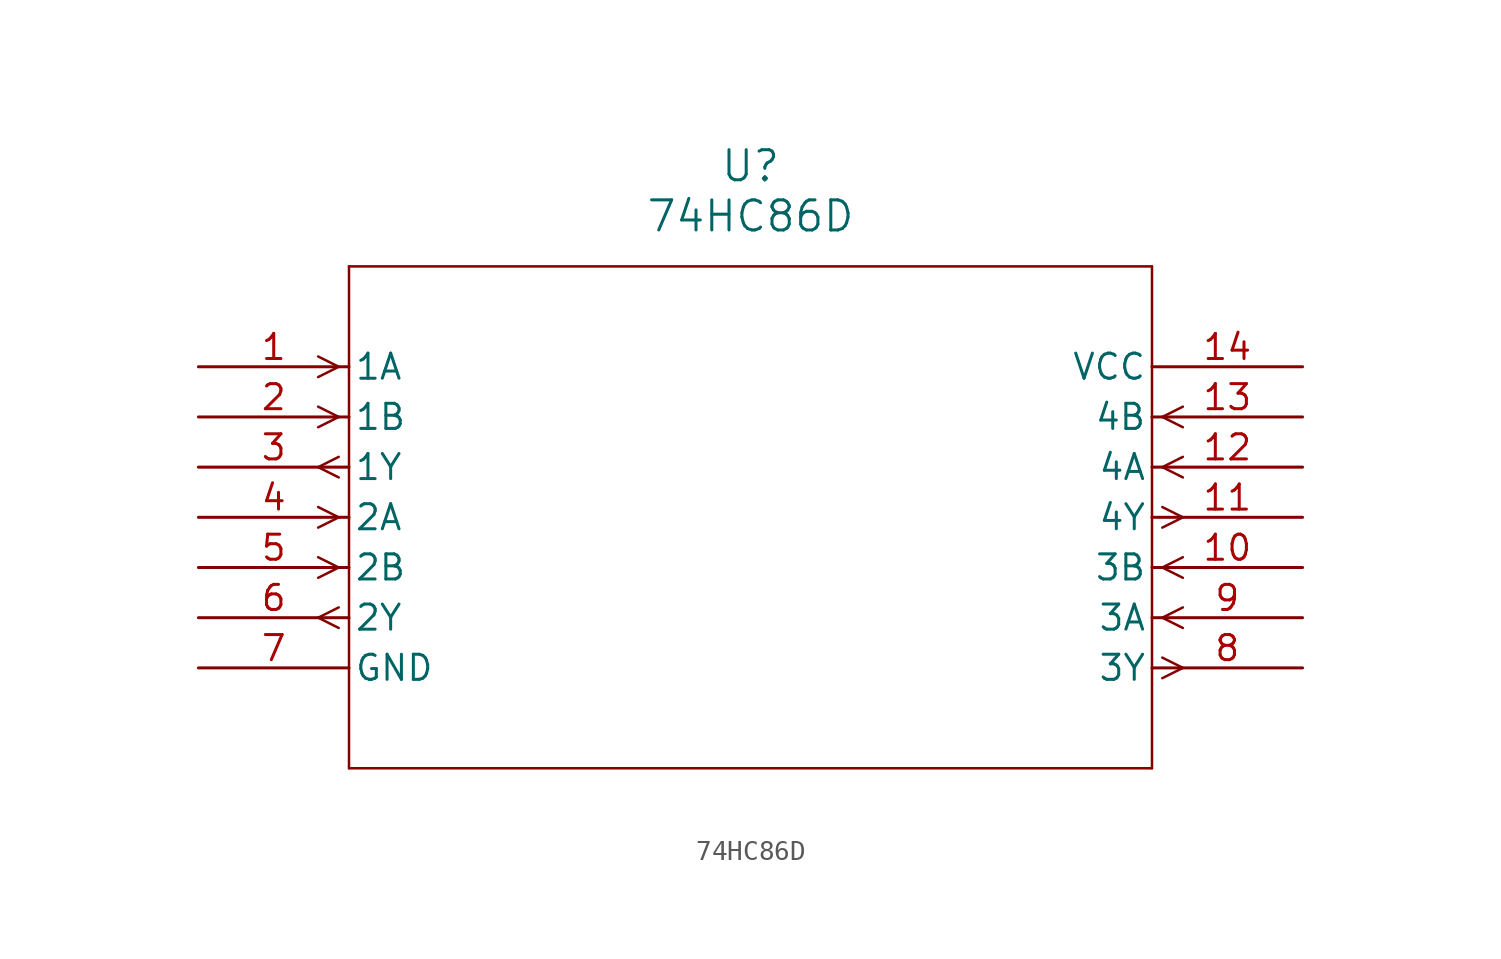
<source format=kicad_sym>
(kicad_symbol_lib
  (version 20211014)
  (generator kicad_symbol_editor)
  (symbol "74HC86D"
    (pin_names
      (offset 0.254))
    (property "Reference" "U"
      (at 27.94 10.16 0)
      (effects (font (size 1.524 1.524))))
    (property "Value" "74HC86D"
      (at 27.94 7.62 0)
      (effects (font (size 1.524 1.524))))
    (symbol "74HC86D_0_1"
      (polyline (pts (xy 7.099 0) (xy 6.058 0.521)) (stroke (width 0.127) (type default) (color 0 0 0 0)) (fill (type none)))
      (polyline (pts (xy 7.099 0) (xy 6.058 -0.521)) (stroke (width 0.127) (type default) (color 0 0 0 0)) (fill (type none)))
      (polyline (pts (xy 7.099 -2.54) (xy 6.058 -2.019)) (stroke (width 0.127) (type default) (color 0 0 0 0)) (fill (type none)))
      (polyline (pts (xy 7.099 -2.54) (xy 6.058 -3.061)) (stroke (width 0.127) (type default) (color 0 0 0 0)) (fill (type none)))
      (polyline (pts (xy 7.099 -4.559) (xy 6.058 -5.08)) (stroke (width 0.127) (type default) (color 0 0 0 0)) (fill (type none)))
      (polyline (pts (xy 7.099 -5.601) (xy 6.058 -5.08)) (stroke (width 0.127) (type default) (color 0 0 0 0)) (fill (type none)))
      (polyline (pts (xy 7.099 -7.62) (xy 6.058 -7.099)) (stroke (width 0.127) (type default) (color 0 0 0 0)) (fill (type none)))
      (polyline (pts (xy 7.099 -7.62) (xy 6.058 -8.141)) (stroke (width 0.127) (type default) (color 0 0 0 0)) (fill (type none)))
      (polyline (pts (xy 7.099 -10.16) (xy 6.058 -9.639)) (stroke (width 0.127) (type default) (color 0 0 0 0)) (fill (type none)))
      (polyline (pts (xy 7.099 -10.16) (xy 6.058 -10.681)) (stroke (width 0.127) (type default) (color 0 0 0 0)) (fill (type none)))
      (polyline (pts (xy 7.099 -12.179) (xy 6.058 -12.7)) (stroke (width 0.127) (type default) (color 0 0 0 0)) (fill (type none)))
      (polyline (pts (xy 7.099 -13.221) (xy 6.058 -12.7)) (stroke (width 0.127) (type default) (color 0 0 0 0)) (fill (type none)))
      (polyline (pts (xy 48.781 -14.719) (xy 49.822 -15.24)) (stroke (width 0.127) (type default) (color 0 0 0 0)) (fill (type none)))
      (polyline (pts (xy 48.781 -15.761) (xy 49.822 -15.24)) (stroke (width 0.127) (type default) (color 0 0 0 0)) (fill (type none)))
      (polyline (pts (xy 48.781 -12.7) (xy 49.822 -12.179)) (stroke (width 0.127) (type default) (color 0 0 0 0)) (fill (type none)))
      (polyline (pts (xy 48.781 -12.7) (xy 49.822 -13.221)) (stroke (width 0.127) (type default) (color 0 0 0 0)) (fill (type none)))
      (polyline (pts (xy 48.781 -10.16) (xy 49.822 -9.639)) (stroke (width 0.127) (type default) (color 0 0 0 0)) (fill (type none)))
      (polyline (pts (xy 48.781 -10.16) (xy 49.822 -10.681)) (stroke (width 0.127) (type default) (color 0 0 0 0)) (fill (type none)))
      (polyline (pts (xy 48.781 -7.099) (xy 49.822 -7.62)) (stroke (width 0.127) (type default) (color 0 0 0 0)) (fill (type none)))
      (polyline (pts (xy 48.781 -8.141) (xy 49.822 -7.62)) (stroke (width 0.127) (type default) (color 0 0 0 0)) (fill (type none)))
      (polyline (pts (xy 48.781 -5.08) (xy 49.822 -4.559)) (stroke (width 0.127) (type default) (color 0 0 0 0)) (fill (type none)))
      (polyline (pts (xy 48.781 -5.08) (xy 49.822 -5.601)) (stroke (width 0.127) (type default) (color 0 0 0 0)) (fill (type none)))
      (polyline (pts (xy 48.781 -2.54) (xy 49.822 -2.019)) (stroke (width 0.127) (type default) (color 0 0 0 0)) (fill (type none)))
      (polyline (pts (xy 48.781 -2.54) (xy 49.822 -3.061)) (stroke (width 0.127) (type default) (color 0 0 0 0)) (fill (type none)))
      (polyline (pts (xy 7.62 5.08) (xy 7.62 -20.32)) (stroke (width 0.127) (type default) (color 0 0 0 0)) (fill (type none)))
      (polyline (pts (xy 7.62 -20.32) (xy 48.26 -20.32)) (stroke (width 0.127) (type default) (color 0 0 0 0)) (fill (type none)))
      (polyline (pts (xy 48.26 -20.32) (xy 48.26 5.08)) (stroke (width 0.127) (type default) (color 0 0 0 0)) (fill (type none)))
      (polyline (pts (xy 48.26 5.08) (xy 7.62 5.08)) (stroke (width 0.127) (type default) (color 0 0 0 0)) (fill (type none)))
      (pin input line (at 0 0 0) (length 7.62) (name "1A" (effects (font (size 1.27 1.27)))) (number "1" (effects (font (size 1.27 1.27)))))
      (pin input line (at 0 -2.54 0) (length 7.62) (name "1B" (effects (font (size 1.27 1.27)))) (number "2" (effects (font (size 1.27 1.27)))))
      (pin output line (at 0 -5.08 0) (length 7.62) (name "1Y" (effects (font (size 1.27 1.27)))) (number "3" (effects (font (size 1.27 1.27)))))
      (pin input line (at 0 -7.62 0) (length 7.62) (name "2A" (effects (font (size 1.27 1.27)))) (number "4" (effects (font (size 1.27 1.27)))))
      (pin input line (at 0 -10.16 0) (length 7.62) (name "2B" (effects (font (size 1.27 1.27)))) (number "5" (effects (font (size 1.27 1.27)))))
      (pin output line (at 0 -12.7 0) (length 7.62) (name "2Y" (effects (font (size 1.27 1.27)))) (number "6" (effects (font (size 1.27 1.27)))))
      (pin power_in line (at 0 -15.24 0) (length 7.62) (name "GND" (effects (font (size 1.27 1.27)))) (number "7" (effects (font (size 1.27 1.27)))))
      (pin output line (at 55.88 -15.24 180) (length 7.62) (name "3Y" (effects (font (size 1.27 1.27)))) (number "8" (effects (font (size 1.27 1.27)))))
      (pin input line (at 55.88 -12.7 180) (length 7.62) (name "3A" (effects (font (size 1.27 1.27)))) (number "9" (effects (font (size 1.27 1.27)))))
      (pin input line (at 55.88 -10.16 180) (length 7.62) (name "3B" (effects (font (size 1.27 1.27)))) (number "10" (effects (font (size 1.27 1.27)))))
      (pin output line (at 55.88 -7.62 180) (length 7.62) (name "4Y" (effects (font (size 1.27 1.27)))) (number "11" (effects (font (size 1.27 1.27)))))
      (pin input line (at 55.88 -5.08 180) (length 7.62) (name "4A" (effects (font (size 1.27 1.27)))) (number "12" (effects (font (size 1.27 1.27)))))
      (pin input line (at 55.88 -2.54 180) (length 7.62) (name "4B" (effects (font (size 1.27 1.27)))) (number "13" (effects (font (size 1.27 1.27)))))
      (pin power_in line (at 55.88 0 180) (length 7.62) (name "VCC" (effects (font (size 1.27 1.27)))) (number "14" (effects (font (size 1.27 1.27))))))))
</source>
